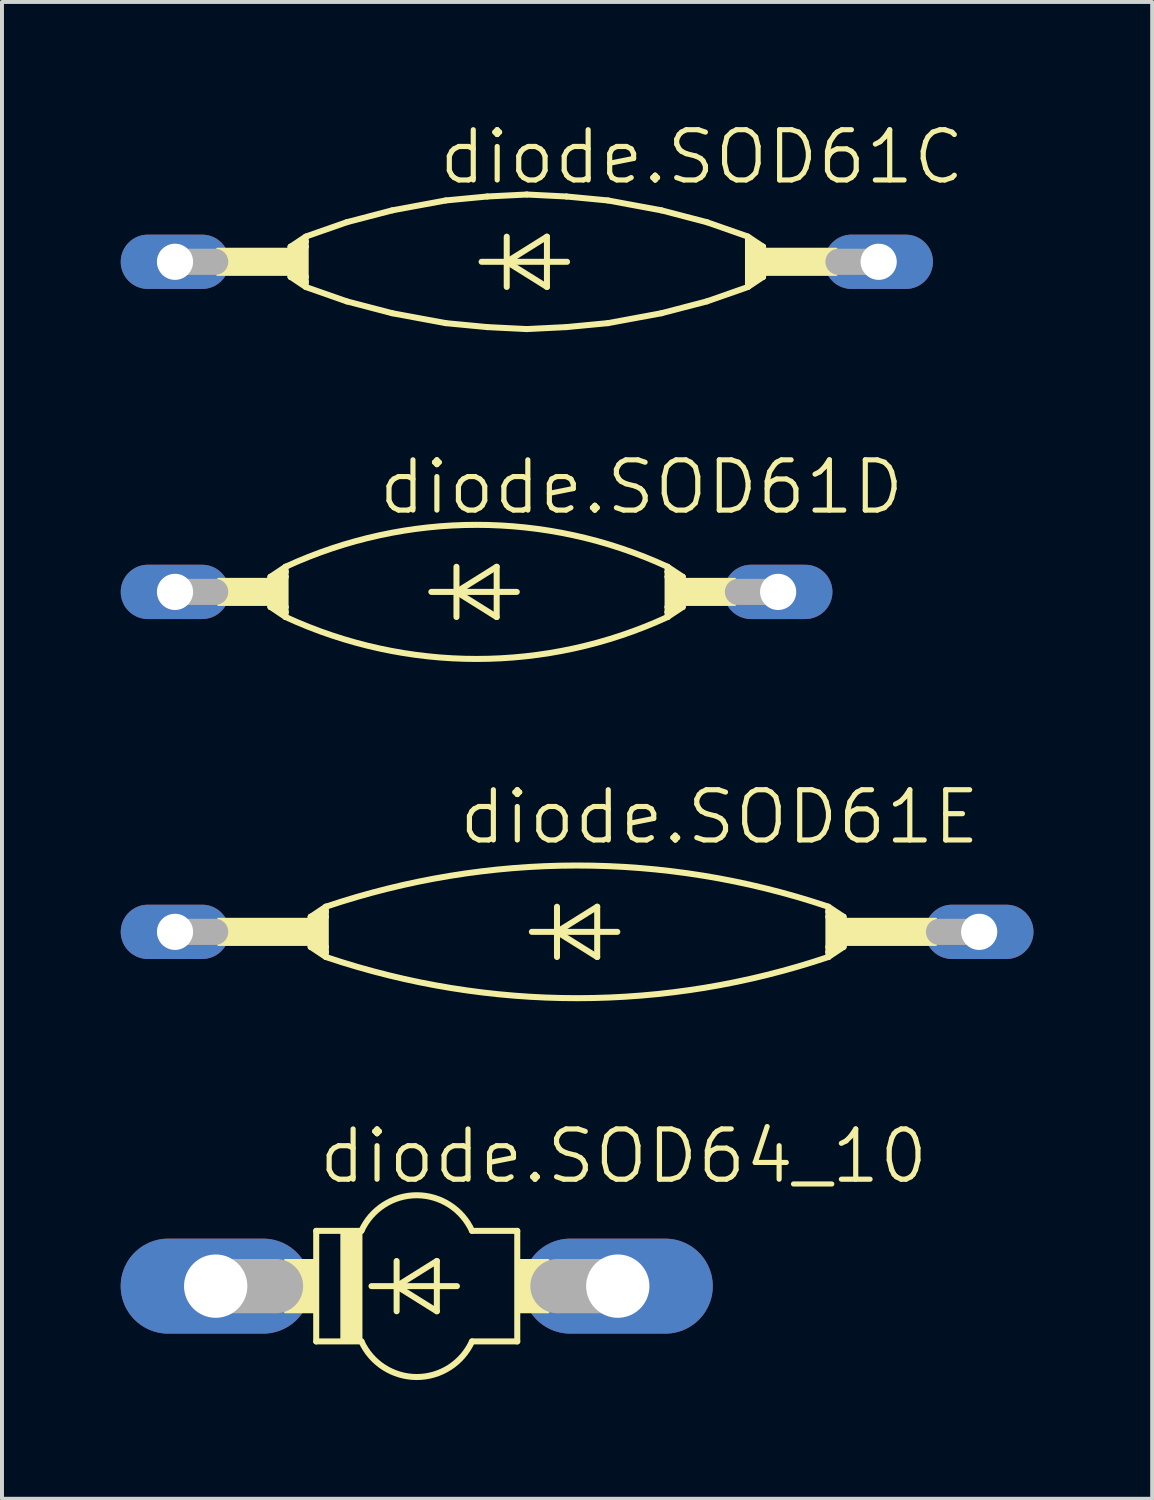
<source format=kicad_pcb>
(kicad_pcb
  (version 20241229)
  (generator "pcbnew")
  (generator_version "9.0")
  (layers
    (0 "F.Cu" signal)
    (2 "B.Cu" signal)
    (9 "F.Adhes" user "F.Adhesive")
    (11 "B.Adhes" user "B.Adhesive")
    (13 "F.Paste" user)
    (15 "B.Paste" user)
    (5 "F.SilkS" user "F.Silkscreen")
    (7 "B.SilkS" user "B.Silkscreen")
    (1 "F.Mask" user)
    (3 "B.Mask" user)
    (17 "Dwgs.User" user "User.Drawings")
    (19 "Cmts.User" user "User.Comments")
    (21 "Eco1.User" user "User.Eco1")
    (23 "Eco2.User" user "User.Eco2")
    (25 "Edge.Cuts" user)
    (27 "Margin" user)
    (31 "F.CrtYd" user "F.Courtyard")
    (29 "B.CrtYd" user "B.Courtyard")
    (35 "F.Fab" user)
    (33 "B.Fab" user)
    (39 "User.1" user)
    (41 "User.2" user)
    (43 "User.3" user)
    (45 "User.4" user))
  (footprint "diode.SOD61C"
    (layer "F.Cu")
    (at 10.262 3.565)
    (property "Reference" "diode.SOD61C" (at -2.286 -1.905 0) (layer "F.SilkS") (effects (font (size 1.27 1.27) (thickness 0.13)) (justify left bottom)))
    (attr through_hole)
    (fp_line (start -5.969 -0.381) (end -5.969 0.381) (stroke (width 0.152) (type default)) (layer "F.SilkS"))
    (fp_line (start -5.969 -0.381) (end -5.842 -0.381) (stroke (width 0.152) (type default)) (layer "F.SilkS"))
    (fp_line (start -5.969 0.381) (end -5.842 0.381) (stroke (width 0.152) (type default)) (layer "F.SilkS"))
    (fp_line (start -5.969 0.381) (end -5.588 0.635) (stroke (width 0.152) (type default)) (layer "F.SilkS"))
    (fp_line (start -5.842 -0.381) (end -5.588 -0.381) (stroke (width 0.152) (type default)) (layer "F.SilkS"))
    (fp_line (start -5.842 0.381) (end -5.588 0.381) (stroke (width 0.152) (type default)) (layer "F.SilkS"))
    (fp_line (start -5.588 -0.635) (end -5.969 -0.381) (stroke (width 0.152) (type default)) (layer "F.SilkS"))
    (fp_line (start -5.588 -0.635) (end -5.588 -0.508) (stroke (width 0.152) (type default)) (layer "F.SilkS"))
    (fp_line (start -5.588 -0.508) (end -5.842 -0.381) (stroke (width 0.152) (type default)) (layer "F.SilkS"))
    (fp_line (start -5.588 -0.508) (end -5.588 -0.381) (stroke (width 0.152) (type default)) (layer "F.SilkS"))
    (fp_line (start -5.588 -0.381) (end -5.588 0.381) (stroke (width 0.152) (type default)) (layer "F.SilkS"))
    (fp_line (start -5.588 0.381) (end -5.588 0.508) (stroke (width 0.152) (type default)) (layer "F.SilkS"))
    (fp_line (start -5.588 0.508) (end -5.842 0.381) (stroke (width 0.152) (type default)) (layer "F.SilkS"))
    (fp_line (start -5.588 0.508) (end -5.588 0.635) (stroke (width 0.152) (type default)) (layer "F.SilkS"))
    (fp_line (start -5.55 -0.65) (end -4.55 -1) (stroke (width 0.152) (type default)) (layer "F.SilkS"))
    (fp_line (start -5.55 0.65) (end -4.55 1) (stroke (width 0.152) (type default)) (layer "F.SilkS"))
    (fp_line (start -4.55 -1) (end -3.4 -1.3) (stroke (width 0.152) (type default)) (layer "F.SilkS"))
    (fp_line (start -4.55 1) (end -3.4 1.3) (stroke (width 0.152) (type default)) (layer "F.SilkS"))
    (fp_line (start -3.4 -1.3) (end -2.05 -1.55) (stroke (width 0.152) (type default)) (layer "F.SilkS"))
    (fp_line (start -3.4 1.3) (end -2.05 1.55) (stroke (width 0.152) (type default)) (layer "F.SilkS"))
    (fp_line (start -2.05 -1.55) (end -1 -1.65) (stroke (width 0.152) (type default)) (layer "F.SilkS"))
    (fp_line (start -2.05 1.55) (end -1 1.65) (stroke (width 0.152) (type default)) (layer "F.SilkS"))
    (fp_line (start -1.143 0) (end -0.508 0) (stroke (width 0.152) (type default)) (layer "F.SilkS"))
    (fp_line (start -1 -1.65) (end 0 -1.7) (stroke (width 0.152) (type default)) (layer "F.SilkS"))
    (fp_line (start -1 1.65) (end 0 1.7) (stroke (width 0.152) (type default)) (layer "F.SilkS"))
    (fp_line (start -0.508 -0.635) (end -0.508 0) (stroke (width 0.152) (type default)) (layer "F.SilkS"))
    (fp_line (start -0.508 0) (end -0.508 0.635) (stroke (width 0.152) (type default)) (layer "F.SilkS"))
    (fp_line (start -0.508 0) (end 0.508 -0.635) (stroke (width 0.152) (type default)) (layer "F.SilkS"))
    (fp_line (start -0.508 0) (end 1.016 0) (stroke (width 0.152) (type default)) (layer "F.SilkS"))
    (fp_line (start 0.508 -0.635) (end 0.508 0.635) (stroke (width 0.152) (type default)) (layer "F.SilkS"))
    (fp_line (start 0.508 0.635) (end -0.508 0) (stroke (width 0.152) (type default)) (layer "F.SilkS"))
    (fp_line (start 1 -1.65) (end 0 -1.7) (stroke (width 0.152) (type default)) (layer "F.SilkS"))
    (fp_line (start 1 1.65) (end 0 1.7) (stroke (width 0.152) (type default)) (layer "F.SilkS"))
    (fp_line (start 2.05 -1.55) (end 1 -1.65) (stroke (width 0.152) (type default)) (layer "F.SilkS"))
    (fp_line (start 2.05 1.55) (end 1 1.65) (stroke (width 0.152) (type default)) (layer "F.SilkS"))
    (fp_line (start 3.4 -1.3) (end 2.05 -1.55) (stroke (width 0.152) (type default)) (layer "F.SilkS"))
    (fp_line (start 3.4 1.3) (end 2.05 1.55) (stroke (width 0.152) (type default)) (layer "F.SilkS"))
    (fp_line (start 4.55 -1) (end 3.4 -1.3) (stroke (width 0.152) (type default)) (layer "F.SilkS"))
    (fp_line (start 4.55 1) (end 3.4 1.3) (stroke (width 0.152) (type default)) (layer "F.SilkS"))
    (fp_line (start 5.55 -0.65) (end 4.55 -1) (stroke (width 0.152) (type default)) (layer "F.SilkS"))
    (fp_line (start 5.55 0.65) (end 4.55 1) (stroke (width 0.152) (type default)) (layer "F.SilkS"))
    (fp_line (start 5.588 -0.635) (end 5.969 -0.381) (stroke (width 0.152) (type default)) (layer "F.SilkS"))
    (fp_line (start 5.588 -0.508) (end 5.588 -0.635) (stroke (width 0.152) (type default)) (layer "F.SilkS"))
    (fp_line (start 5.588 -0.508) (end 5.842 -0.381) (stroke (width 0.152) (type default)) (layer "F.SilkS"))
    (fp_line (start 5.588 -0.381) (end 5.588 -0.508) (stroke (width 0.152) (type default)) (layer "F.SilkS"))
    (fp_line (start 5.588 0.381) (end 5.588 -0.381) (stroke (width 0.152) (type default)) (layer "F.SilkS"))
    (fp_line (start 5.588 0.508) (end 5.588 0.381) (stroke (width 0.152) (type default)) (layer "F.SilkS"))
    (fp_line (start 5.588 0.508) (end 5.842 0.381) (stroke (width 0.152) (type default)) (layer "F.SilkS"))
    (fp_line (start 5.588 0.635) (end 5.588 0.508) (stroke (width 0.152) (type default)) (layer "F.SilkS"))
    (fp_line (start 5.588 0.635) (end 5.969 0.381) (stroke (width 0.152) (type default)) (layer "F.SilkS"))
    (fp_line (start 5.842 -0.381) (end 5.588 -0.381) (stroke (width 0.152) (type default)) (layer "F.SilkS"))
    (fp_line (start 5.842 0.381) (end 5.588 0.381) (stroke (width 0.152) (type default)) (layer "F.SilkS"))
    (fp_line (start 5.969 -0.381) (end 5.842 -0.381) (stroke (width 0.152) (type default)) (layer "F.SilkS"))
    (fp_line (start 5.969 -0.381) (end 5.969 0.381) (stroke (width 0.152) (type default)) (layer "F.SilkS"))
    (fp_line (start 5.969 0.381) (end 5.842 0.381) (stroke (width 0.152) (type default)) (layer "F.SilkS"))
    (fp_rect (start -7.823 0.33) (end -5.969 -0.33) (stroke (width 0.05) (type default)) (fill yes) (layer "F.SilkS"))
    (fp_rect (start -5.969 0.381) (end -5.588 -0.381) (stroke (width 0.05) (type default)) (fill yes) (layer "F.SilkS"))
    (fp_rect (start 5.588 0.381) (end 5.969 -0.381) (stroke (width 0.05) (type default)) (fill yes) (layer "F.SilkS"))
    (fp_rect (start 5.969 0.33) (end 7.823 -0.33) (stroke (width 0.05) (type default)) (fill yes) (layer "F.SilkS"))
    (fp_line (start -8.89 0) (end -7.874 0) (stroke (width 0.66) (type default)) (layer "F.Fab"))
    (fp_line (start 8.89 0) (end 7.874 0) (stroke (width 0.66) (type default)) (layer "F.Fab"))
    (pad "A" thru_hole oval (at 8.89 0) (size 2.743 1.372) (drill 0.914) (layers "*.Cu" "*.Mask"))
    (pad "C" thru_hole oval (at -8.89 0) (size 2.743 1.372) (drill 0.914) (layers "*.Cu" "*.Mask")))
  (footprint "diode.SOD61D"
    (layer "F.Cu")
    (at 8.992 11.906)
    (property "Reference" "diode.SOD61D" (at -2.54 -1.905 0) (layer "F.SilkS") (effects (font (size 1.27 1.27) (thickness 0.13)) (justify left bottom)))
    (attr through_hole)
    (fp_line (start -5.207 -0.381) (end -5.207 0.381) (stroke (width 0.152) (type default)) (layer "F.SilkS"))
    (fp_line (start -5.207 -0.381) (end -5.08 -0.381) (stroke (width 0.152) (type default)) (layer "F.SilkS"))
    (fp_line (start -5.207 0.381) (end -5.08 0.381) (stroke (width 0.152) (type default)) (layer "F.SilkS"))
    (fp_line (start -5.207 0.381) (end -4.826 0.635) (stroke (width 0.152) (type default)) (layer "F.SilkS"))
    (fp_line (start -5.08 -0.381) (end -4.826 -0.381) (stroke (width 0.152) (type default)) (layer "F.SilkS"))
    (fp_line (start -5.08 0.381) (end -4.826 0.381) (stroke (width 0.152) (type default)) (layer "F.SilkS"))
    (fp_line (start -4.826 -0.635) (end -5.207 -0.381) (stroke (width 0.152) (type default)) (layer "F.SilkS"))
    (fp_line (start -4.826 -0.635) (end -4.826 -0.508) (stroke (width 0.152) (type default)) (layer "F.SilkS"))
    (fp_line (start -4.826 -0.508) (end -5.08 -0.381) (stroke (width 0.152) (type default)) (layer "F.SilkS"))
    (fp_line (start -4.826 -0.508) (end -4.826 -0.381) (stroke (width 0.152) (type default)) (layer "F.SilkS"))
    (fp_line (start -4.826 -0.381) (end -4.826 0.381) (stroke (width 0.152) (type default)) (layer "F.SilkS"))
    (fp_line (start -4.826 0.381) (end -4.826 0.508) (stroke (width 0.152) (type default)) (layer "F.SilkS"))
    (fp_line (start -4.826 0.508) (end -5.08 0.381) (stroke (width 0.152) (type default)) (layer "F.SilkS"))
    (fp_line (start -4.826 0.508) (end -4.826 0.635) (stroke (width 0.152) (type default)) (layer "F.SilkS"))
    (fp_line (start -1.143 0) (end -0.508 0) (stroke (width 0.152) (type default)) (layer "F.SilkS"))
    (fp_line (start -0.508 -0.635) (end -0.508 0) (stroke (width 0.152) (type default)) (layer "F.SilkS"))
    (fp_line (start -0.508 0) (end -0.508 0.635) (stroke (width 0.152) (type default)) (layer "F.SilkS"))
    (fp_line (start -0.508 0) (end 0.508 -0.635) (stroke (width 0.152) (type default)) (layer "F.SilkS"))
    (fp_line (start -0.508 0) (end 1.016 0) (stroke (width 0.152) (type default)) (layer "F.SilkS"))
    (fp_line (start 0.508 -0.635) (end 0.508 0.635) (stroke (width 0.152) (type default)) (layer "F.SilkS"))
    (fp_line (start 0.508 0.635) (end -0.508 0) (stroke (width 0.152) (type default)) (layer "F.SilkS"))
    (fp_line (start 4.826 -0.635) (end 5.207 -0.381) (stroke (width 0.152) (type default)) (layer "F.SilkS"))
    (fp_line (start 4.826 -0.508) (end 4.826 -0.635) (stroke (width 0.152) (type default)) (layer "F.SilkS"))
    (fp_line (start 4.826 -0.508) (end 5.08 -0.381) (stroke (width 0.152) (type default)) (layer "F.SilkS"))
    (fp_line (start 4.826 -0.381) (end 4.826 -0.508) (stroke (width 0.152) (type default)) (layer "F.SilkS"))
    (fp_line (start 4.826 0.381) (end 4.826 -0.381) (stroke (width 0.152) (type default)) (layer "F.SilkS"))
    (fp_line (start 4.826 0.508) (end 4.826 0.381) (stroke (width 0.152) (type default)) (layer "F.SilkS"))
    (fp_line (start 4.826 0.508) (end 5.08 0.381) (stroke (width 0.152) (type default)) (layer "F.SilkS"))
    (fp_line (start 4.826 0.635) (end 4.826 0.508) (stroke (width 0.152) (type default)) (layer "F.SilkS"))
    (fp_line (start 4.826 0.635) (end 5.207 0.381) (stroke (width 0.152) (type default)) (layer "F.SilkS"))
    (fp_line (start 5.08 -0.381) (end 4.826 -0.381) (stroke (width 0.152) (type default)) (layer "F.SilkS"))
    (fp_line (start 5.08 0.381) (end 4.826 0.381) (stroke (width 0.152) (type default)) (layer "F.SilkS"))
    (fp_line (start 5.207 -0.381) (end 5.08 -0.381) (stroke (width 0.152) (type default)) (layer "F.SilkS"))
    (fp_line (start 5.207 -0.381) (end 5.207 0.381) (stroke (width 0.152) (type default)) (layer "F.SilkS"))
    (fp_line (start 5.207 0.381) (end 5.08 0.381) (stroke (width 0.152) (type default)) (layer "F.SilkS"))
    (fp_rect (start -6.528 0.33) (end -5.207 -0.33) (stroke (width 0.05) (type default)) (fill yes) (layer "F.SilkS"))
    (fp_rect (start -5.207 0.381) (end -4.826 -0.381) (stroke (width 0.05) (type default)) (fill yes) (layer "F.SilkS"))
    (fp_rect (start 4.826 0.381) (end 5.207 -0.381) (stroke (width 0.05) (type default)) (fill yes) (layer "F.SilkS"))
    (fp_rect (start 5.207 0.33) (end 6.528 -0.33) (stroke (width 0.05) (type default)) (fill yes) (layer "F.SilkS"))
    (fp_arc (start -4.826 -0.635) (mid -0.000333 -1.694199) (end 4.8254 -0.6353) (stroke (width 0.1524) (type default)) (layer "F.SilkS"))
    (fp_arc (start 4.826 0.635) (mid 0.000333 1.694199) (end -4.8254 0.6353) (stroke (width 0.1524) (type default)) (layer "F.SilkS"))
    (fp_line (start -7.62 0) (end -6.604 0) (stroke (width 0.66) (type default)) (layer "F.Fab"))
    (fp_line (start 7.62 0) (end 6.604 0) (stroke (width 0.66) (type default)) (layer "F.Fab"))
    (pad "A" thru_hole oval (at 7.62 0) (size 2.743 1.372) (drill 0.914) (layers "*.Cu" "*.Mask"))
    (pad "C" thru_hole oval (at -7.62 0) (size 2.743 1.372) (drill 0.914) (layers "*.Cu" "*.Mask")))
  (footprint "diode.SOD61E"
    (layer "F.Cu")
    (at 11.532 20.496)
    (property "Reference" "diode.SOD61E" (at -3.048 -2.159 0) (layer "F.SilkS") (effects (font (size 1.27 1.27) (thickness 0.13)) (justify left bottom)))
    (attr through_hole)
    (fp_line (start -6.731 -0.381) (end -6.731 0.381) (stroke (width 0.152) (type default)) (layer "F.SilkS"))
    (fp_line (start -6.731 -0.381) (end -6.604 -0.381) (stroke (width 0.152) (type default)) (layer "F.SilkS"))
    (fp_line (start -6.731 0.381) (end -6.604 0.381) (stroke (width 0.152) (type default)) (layer "F.SilkS"))
    (fp_line (start -6.731 0.381) (end -6.35 0.635) (stroke (width 0.152) (type default)) (layer "F.SilkS"))
    (fp_line (start -6.604 -0.381) (end -6.35 -0.381) (stroke (width 0.152) (type default)) (layer "F.SilkS"))
    (fp_line (start -6.604 0.381) (end -6.35 0.381) (stroke (width 0.152) (type default)) (layer "F.SilkS"))
    (fp_line (start -6.35 -0.635) (end -6.731 -0.381) (stroke (width 0.152) (type default)) (layer "F.SilkS"))
    (fp_line (start -6.35 -0.635) (end -6.35 -0.508) (stroke (width 0.152) (type default)) (layer "F.SilkS"))
    (fp_line (start -6.35 -0.508) (end -6.604 -0.381) (stroke (width 0.152) (type default)) (layer "F.SilkS"))
    (fp_line (start -6.35 -0.508) (end -6.35 -0.381) (stroke (width 0.152) (type default)) (layer "F.SilkS"))
    (fp_line (start -6.35 -0.381) (end -6.35 0.381) (stroke (width 0.152) (type default)) (layer "F.SilkS"))
    (fp_line (start -6.35 0.381) (end -6.35 0.508) (stroke (width 0.152) (type default)) (layer "F.SilkS"))
    (fp_line (start -6.35 0.508) (end -6.604 0.381) (stroke (width 0.152) (type default)) (layer "F.SilkS"))
    (fp_line (start -6.35 0.508) (end -6.35 0.635) (stroke (width 0.152) (type default)) (layer "F.SilkS"))
    (fp_line (start -1.143 0) (end -0.508 0) (stroke (width 0.152) (type default)) (layer "F.SilkS"))
    (fp_line (start -0.508 -0.635) (end -0.508 0) (stroke (width 0.152) (type default)) (layer "F.SilkS"))
    (fp_line (start -0.508 0) (end -0.508 0.635) (stroke (width 0.152) (type default)) (layer "F.SilkS"))
    (fp_line (start -0.508 0) (end 0.508 -0.635) (stroke (width 0.152) (type default)) (layer "F.SilkS"))
    (fp_line (start -0.508 0) (end 1.016 0) (stroke (width 0.152) (type default)) (layer "F.SilkS"))
    (fp_line (start 0.508 -0.635) (end 0.508 0.635) (stroke (width 0.152) (type default)) (layer "F.SilkS"))
    (fp_line (start 0.508 0.635) (end -0.508 0) (stroke (width 0.152) (type default)) (layer "F.SilkS"))
    (fp_line (start 6.35 -0.635) (end 6.731 -0.381) (stroke (width 0.152) (type default)) (layer "F.SilkS"))
    (fp_line (start 6.35 -0.508) (end 6.35 -0.635) (stroke (width 0.152) (type default)) (layer "F.SilkS"))
    (fp_line (start 6.35 -0.508) (end 6.604 -0.381) (stroke (width 0.152) (type default)) (layer "F.SilkS"))
    (fp_line (start 6.35 -0.381) (end 6.35 -0.508) (stroke (width 0.152) (type default)) (layer "F.SilkS"))
    (fp_line (start 6.35 0.381) (end 6.35 -0.381) (stroke (width 0.152) (type default)) (layer "F.SilkS"))
    (fp_line (start 6.35 0.508) (end 6.35 0.381) (stroke (width 0.152) (type default)) (layer "F.SilkS"))
    (fp_line (start 6.35 0.508) (end 6.604 0.381) (stroke (width 0.152) (type default)) (layer "F.SilkS"))
    (fp_line (start 6.35 0.635) (end 6.35 0.508) (stroke (width 0.152) (type default)) (layer "F.SilkS"))
    (fp_line (start 6.35 0.635) (end 6.731 0.381) (stroke (width 0.152) (type default)) (layer "F.SilkS"))
    (fp_line (start 6.604 -0.381) (end 6.35 -0.381) (stroke (width 0.152) (type default)) (layer "F.SilkS"))
    (fp_line (start 6.604 0.381) (end 6.35 0.381) (stroke (width 0.152) (type default)) (layer "F.SilkS"))
    (fp_line (start 6.731 -0.381) (end 6.604 -0.381) (stroke (width 0.152) (type default)) (layer "F.SilkS"))
    (fp_line (start 6.731 -0.381) (end 6.731 0.381) (stroke (width 0.152) (type default)) (layer "F.SilkS"))
    (fp_line (start 6.731 0.381) (end 6.604 0.381) (stroke (width 0.152) (type default)) (layer "F.SilkS"))
    (fp_rect (start -9.068 0.33) (end -6.731 -0.33) (stroke (width 0.05) (type default)) (fill yes) (layer "F.SilkS"))
    (fp_rect (start -6.731 0.381) (end -6.35 -0.381) (stroke (width 0.05) (type default)) (fill yes) (layer "F.SilkS"))
    (fp_rect (start 6.35 0.381) (end 6.731 -0.381) (stroke (width 0.05) (type default)) (fill yes) (layer "F.SilkS"))
    (fp_rect (start 6.731 0.33) (end 9.068 -0.33) (stroke (width 0.05) (type default)) (fill yes) (layer "F.SilkS"))
    (fp_arc (start -6.35 -0.635) (mid -0.017882 -1.675992) (end 6.3161 -0.6464) (stroke (width 0.1524) (type default)) (layer "F.SilkS"))
    (fp_arc (start 6.35 0.635) (mid 0.017882 1.675992) (end -6.3161 0.6464) (stroke (width 0.1524) (type default)) (layer "F.SilkS"))
    (fp_line (start -10.16 0) (end -9.144 0) (stroke (width 0.66) (type default)) (layer "F.Fab"))
    (fp_line (start 10.16 0) (end 9.144 0) (stroke (width 0.66) (type default)) (layer "F.Fab"))
    (pad "A" thru_hole oval (at 10.16 0) (size 2.743 1.372) (drill 0.914) (layers "*.Cu" "*.Mask"))
    (pad "C" thru_hole oval (at -10.16 0) (size 2.743 1.372) (drill 0.914) (layers "*.Cu" "*.Mask")))
  (footprint "diode.SOD64_10"
    (layer "F.Cu")
    (at 7.48 29.448)
    (property "Reference" "diode.SOD64_10" (at -2.54 -2.54 0) (layer "F.SilkS") (effects (font (size 1.27 1.27) (thickness 0.13)) (justify left bottom)))
    (attr through_hole)
    (fp_line (start -2.54 -1.397) (end -2.54 1.397) (stroke (width 0.152) (type default)) (layer "F.SilkS"))
    (fp_line (start -2.54 -1.397) (end -1.397 -1.397) (stroke (width 0.152) (type default)) (layer "F.SilkS"))
    (fp_line (start -2.54 1.397) (end -1.397 1.397) (stroke (width 0.152) (type default)) (layer "F.SilkS"))
    (fp_line (start -1.143 0) (end -0.508 0) (stroke (width 0.152) (type default)) (layer "F.SilkS"))
    (fp_line (start -0.508 -0.635) (end -0.508 0) (stroke (width 0.152) (type default)) (layer "F.SilkS"))
    (fp_line (start -0.508 0) (end -0.508 0.635) (stroke (width 0.152) (type default)) (layer "F.SilkS"))
    (fp_line (start -0.508 0) (end 0.508 -0.635) (stroke (width 0.152) (type default)) (layer "F.SilkS"))
    (fp_line (start -0.508 0) (end 1.016 0) (stroke (width 0.152) (type default)) (layer "F.SilkS"))
    (fp_line (start 0.508 -0.635) (end 0.508 0.635) (stroke (width 0.152) (type default)) (layer "F.SilkS"))
    (fp_line (start 0.508 0.635) (end -0.508 0) (stroke (width 0.152) (type default)) (layer "F.SilkS"))
    (fp_line (start 1.397 1.397) (end 2.54 1.397) (stroke (width 0.152) (type default)) (layer "F.SilkS"))
    (fp_line (start 2.54 -1.397) (end 1.397 -1.397) (stroke (width 0.152) (type default)) (layer "F.SilkS"))
    (fp_line (start 2.54 1.397) (end 2.54 -1.397) (stroke (width 0.152) (type default)) (layer "F.SilkS"))
    (fp_rect (start -3.327 0.66) (end -2.54 -0.66) (stroke (width 0.05) (type default)) (fill yes) (layer "F.SilkS"))
    (fp_rect (start -1.905 1.397) (end -1.397 -1.397) (stroke (width 0.05) (type default)) (fill yes) (layer "F.SilkS"))
    (fp_rect (start 2.54 0.66) (end 3.327 -0.66) (stroke (width 0.05) (type default)) (fill yes) (layer "F.SilkS"))
    (fp_arc (start -1.397 -1.397) (mid 0 -2.296547) (end 1.397 -1.397) (stroke (width 0.1524) (type default)) (layer "F.SilkS"))
    (fp_arc (start 1.397 1.397) (mid 0 2.296547) (end -1.397 1.397) (stroke (width 0.1524) (type default)) (layer "F.SilkS"))
    (fp_line (start -5.08 0) (end -3.556 0) (stroke (width 1.372) (type default)) (layer "F.Fab"))
    (fp_line (start 5.08 0) (end 3.556 0) (stroke (width 1.372) (type default)) (layer "F.Fab"))
    (pad "A" thru_hole oval (at 5.08 0) (size 4.801 2.4) (drill 1.6) (layers "*.Cu" "*.Mask"))
    (pad "C" thru_hole oval (at -5.08 0) (size 4.801 2.4) (drill 1.6) (layers "*.Cu" "*.Mask")))
  (gr_rect
    (start -3 -3)
    (end 26.063 34.821)
    (stroke (width 0.1) (type default))
    (fill no)
    (layer "Edge.Cuts")))
</source>
